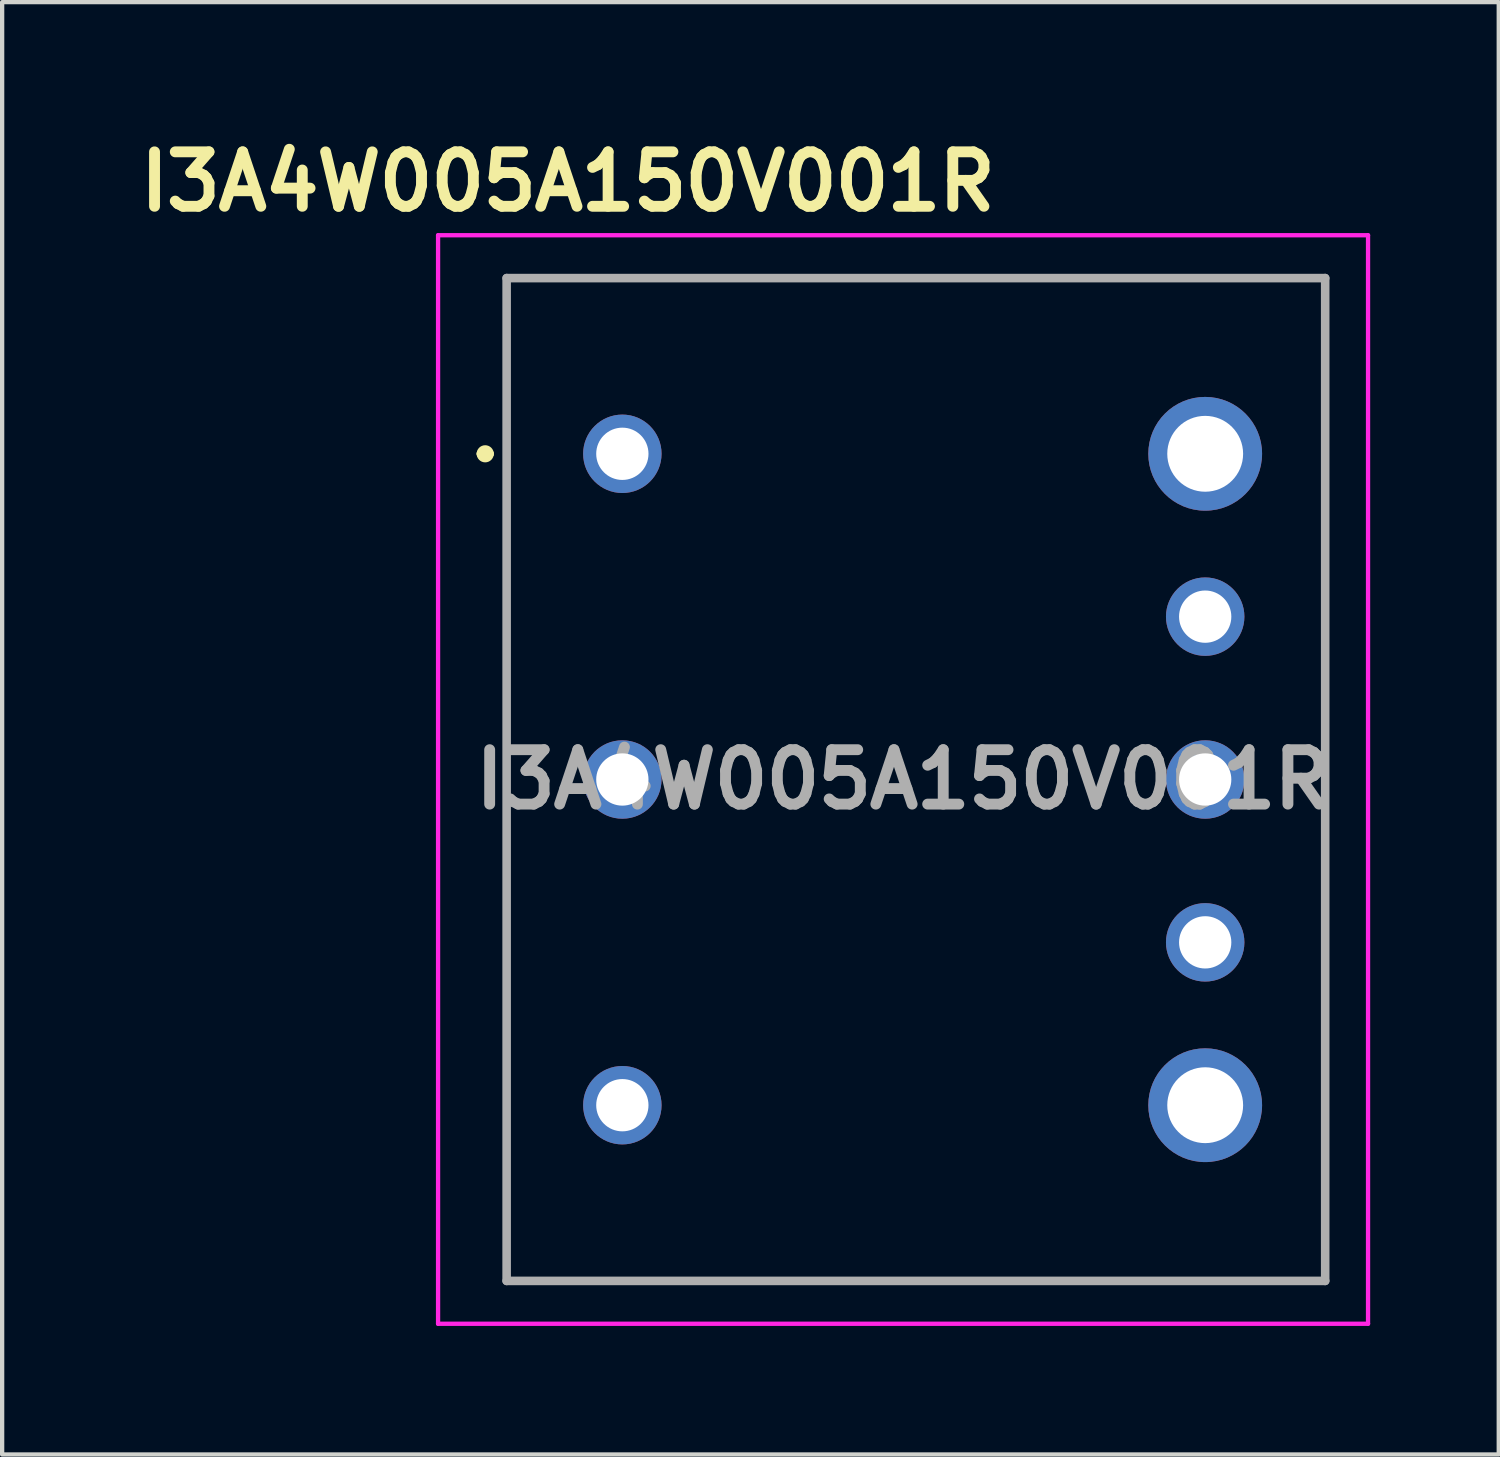
<source format=kicad_pcb>
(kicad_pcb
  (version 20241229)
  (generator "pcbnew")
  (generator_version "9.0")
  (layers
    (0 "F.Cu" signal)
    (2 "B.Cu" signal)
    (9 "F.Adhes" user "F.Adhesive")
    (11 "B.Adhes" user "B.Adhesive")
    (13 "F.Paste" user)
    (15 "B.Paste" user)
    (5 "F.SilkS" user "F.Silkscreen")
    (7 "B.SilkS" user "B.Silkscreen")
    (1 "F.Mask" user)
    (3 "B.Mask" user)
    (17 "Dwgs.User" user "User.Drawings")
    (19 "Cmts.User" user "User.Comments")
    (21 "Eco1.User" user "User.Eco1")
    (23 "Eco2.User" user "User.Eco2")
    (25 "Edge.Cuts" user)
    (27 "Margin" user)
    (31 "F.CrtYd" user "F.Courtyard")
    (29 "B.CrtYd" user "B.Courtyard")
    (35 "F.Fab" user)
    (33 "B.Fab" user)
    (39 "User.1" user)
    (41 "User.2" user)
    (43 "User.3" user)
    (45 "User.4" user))
  (footprint "I3A4W005A150V001R"
    (layer "F.Cu")
    (at 11.472 7.539)
    (property "Reference" "I3A4W005A150V001R" (at -1.27 -6.35 0) (layer "F.SilkS") (effects (font (size 1.27 1.27) (thickness 0.254))))
    (attr through_hole)
    (fp_line (start -3.3 0) (end -3.3 0) (stroke (width 0.2) (type solid)) (layer "F.SilkS"))
    (fp_line (start -3.1 0) (end -3.1 0) (stroke (width 0.2) (type solid)) (layer "F.SilkS"))
    (fp_line (start -2.7 -4.1) (end 16.4 -4.1) (stroke (width 0.1) (type solid)) (layer "F.SilkS"))
    (fp_line (start -2.7 19.3) (end -2.7 -4.1) (stroke (width 0.1) (type solid)) (layer "F.SilkS"))
    (fp_line (start 16.4 -4.1) (end 16.4 19.3) (stroke (width 0.1) (type solid)) (layer "F.SilkS"))
    (fp_line (start 16.4 19.3) (end -2.7 19.3) (stroke (width 0.1) (type solid)) (layer "F.SilkS"))
    (fp_arc (start -3.3 0) (mid -3.2 -0.1) (end -3.1 0) (stroke (width 0.2) (type solid)) (layer "F.SilkS"))
    (fp_arc (start -3.1 0) (mid -3.2 0.1) (end -3.3 0) (stroke (width 0.2) (type solid)) (layer "F.SilkS"))
    (fp_line (start -4.3 -5.1) (end 17.4 -5.1) (stroke (width 0.1) (type solid)) (layer "F.CrtYd"))
    (fp_line (start -4.3 20.3) (end -4.3 -5.1) (stroke (width 0.1) (type solid)) (layer "F.CrtYd"))
    (fp_line (start 17.4 -5.1) (end 17.4 20.3) (stroke (width 0.1) (type solid)) (layer "F.CrtYd"))
    (fp_line (start 17.4 20.3) (end -4.3 20.3) (stroke (width 0.1) (type solid)) (layer "F.CrtYd"))
    (fp_line (start -2.7 -4.1) (end 16.4 -4.1) (stroke (width 0.2) (type solid)) (layer "F.Fab"))
    (fp_line (start -2.7 19.3) (end -2.7 -4.1) (stroke (width 0.2) (type solid)) (layer "F.Fab"))
    (fp_line (start 16.4 -4.1) (end 16.4 19.3) (stroke (width 0.2) (type solid)) (layer "F.Fab"))
    (fp_line (start 16.4 19.3) (end -2.7 19.3) (stroke (width 0.2) (type solid)) (layer "F.Fab"))
    (fp_text user "${REFERENCE}" (at 6.55 7.6 0) (layer "F.Fab") (effects (font (size 1.27 1.27) (thickness 0.254))))
    (pad "1" thru_hole circle (at 0 0) (size 1.83 1.83) (drill 1.22) (layers "*.Cu" "*.Mask"))
    (pad "2" thru_hole circle (at 0 7.6) (size 1.83 1.83) (drill 1.22) (layers "*.Cu" "*.Mask"))
    (pad "3" thru_hole circle (at 0 15.2) (size 1.83 1.83) (drill 1.22) (layers "*.Cu" "*.Mask"))
    (pad "4" thru_hole circle (at 13.6 15.2) (size 2.655 2.655) (drill 1.77) (layers "*.Cu" "*.Mask"))
    (pad "5" thru_hole circle (at 13.6 11.4) (size 1.83 1.83) (drill 1.22) (layers "*.Cu" "*.Mask"))
    (pad "6" thru_hole circle (at 13.6 7.6) (size 1.83 1.83) (drill 1.22) (layers "*.Cu" "*.Mask"))
    (pad "7" thru_hole circle (at 13.6 3.8) (size 1.83 1.83) (drill 1.22) (layers "*.Cu" "*.Mask"))
    (pad "8" thru_hole circle (at 13.6 0) (size 2.655 2.655) (drill 1.77) (layers "*.Cu" "*.Mask")))
  (gr_rect
    (start -3 -3)
    (end 31.922 30.889)
    (stroke (width 0.1) (type default))
    (fill no)
    (layer "Edge.Cuts")))
</source>
